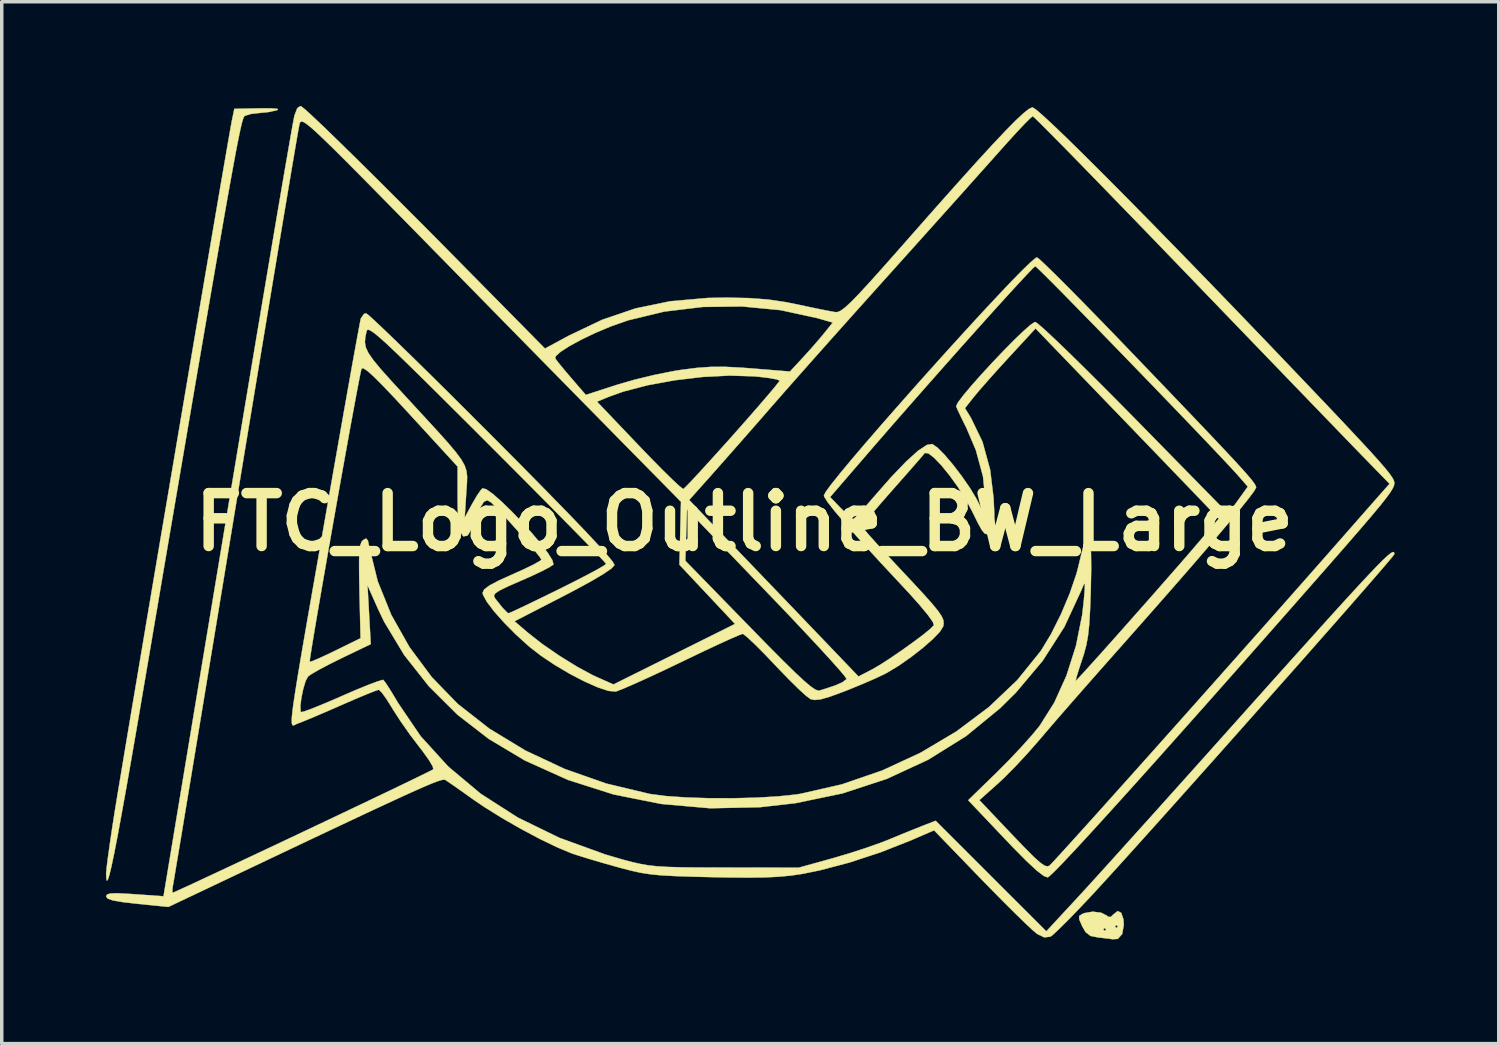
<source format=kicad_pcb>
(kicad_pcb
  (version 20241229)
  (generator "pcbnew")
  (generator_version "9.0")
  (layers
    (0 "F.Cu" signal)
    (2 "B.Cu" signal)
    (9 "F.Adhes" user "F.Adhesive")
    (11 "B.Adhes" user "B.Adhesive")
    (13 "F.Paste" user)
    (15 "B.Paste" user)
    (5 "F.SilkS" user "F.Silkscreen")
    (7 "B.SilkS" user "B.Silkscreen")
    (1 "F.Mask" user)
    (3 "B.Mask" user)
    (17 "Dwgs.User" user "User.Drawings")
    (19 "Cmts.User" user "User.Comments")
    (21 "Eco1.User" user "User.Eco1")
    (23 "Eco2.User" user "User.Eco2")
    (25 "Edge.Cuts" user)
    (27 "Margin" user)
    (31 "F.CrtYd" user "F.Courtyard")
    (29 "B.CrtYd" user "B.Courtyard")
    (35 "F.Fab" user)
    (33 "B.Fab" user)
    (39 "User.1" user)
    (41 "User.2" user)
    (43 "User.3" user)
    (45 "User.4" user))
  (footprint "FTC_Logo_Outline_BW_Large"
    (layer "F.Cu")
    (at 18.378 11.979)
    (property "Reference" "FTC_Logo_Outline_BW_Large" (at 0 0 0) (layer "F.SilkS") (effects (font (size 1.524 1.524) (thickness 0.3))))
    (attr through_hole)
    (fp_poly (pts (xy 10.85 11.25) (xy 10.912 11.437) (xy 10.922 11.595) (xy 10.876 11.858) (xy 10.75 11.999) (xy 10.598 12.008) (xy 10.484 11.991) (xy 10.271 11.967) (xy 10.202 11.96) (xy 9.964 11.913) (xy 9.82 11.801) (xy 9.778 11.726) (xy 10.329 11.726) (xy 10.372 11.769) (xy 10.414 11.726) (xy 10.372 11.684) (xy 10.329 11.726) (xy 9.778 11.726) (xy 9.73 11.642) (xy 10.668 11.642) (xy 10.71 11.684) (xy 10.753 11.642) (xy 10.71 11.599) (xy 10.668 11.642) (xy 9.73 11.642) (xy 9.724 11.631) (xy 9.639 11.437) (xy 9.638 11.339) (xy 9.732 11.279) (xy 9.793 11.255) (xy 10.029 11.215) (xy 10.271 11.245) (xy 10.443 11.333) (xy 10.465 11.36) (xy 10.545 11.367) (xy 10.621 11.295) (xy 10.747 11.197) (xy 10.85 11.25)) (stroke (width 0.01) (type solid)) (fill yes) (layer "F.SilkS"))
    (fp_poly (pts (xy -13.443 -11.897) (xy -13.43 -11.868) (xy -13.462 -11.855) (xy -13.699 -11.803) (xy -13.97 -11.776) (xy -14.205 -11.749) (xy -14.376 -11.696) (xy -14.384 -11.692) (xy -14.4 -11.675) (xy -14.419 -11.638) (xy -14.44 -11.576) (xy -14.467 -11.481) (xy -14.499 -11.346) (xy -14.538 -11.165) (xy -14.586 -10.929) (xy -14.643 -10.633) (xy -14.71 -10.27) (xy -14.79 -9.831) (xy -14.883 -9.312) (xy -14.99 -8.704) (xy -15.113 -8) (xy -15.252 -7.195) (xy -15.41 -6.28) (xy -15.587 -5.249) (xy -15.785 -4.095) (xy -16.004 -2.811) (xy -16.246 -1.39) (xy -16.513 0.175) (xy -16.805 1.891) (xy -17.123 3.765) (xy -17.232 4.403) (xy -17.442 5.636) (xy -17.627 6.709) (xy -17.788 7.629) (xy -17.927 8.401) (xy -18.043 9.033) (xy -18.14 9.532) (xy -18.218 9.903) (xy -18.278 10.155) (xy -18.323 10.293) (xy -18.352 10.325) (xy -18.368 10.256) (xy -18.373 10.121) (xy -18.36 9.963) (xy -18.323 9.669) (xy -18.267 9.269) (xy -18.197 8.794) (xy -18.116 8.276) (xy -18.113 8.262) (xy -18.062 7.945) (xy -17.986 7.489) (xy -17.889 6.907) (xy -17.773 6.212) (xy -17.64 5.417) (xy -17.491 4.535) (xy -17.33 3.578) (xy -17.159 2.561) (xy -16.979 1.495) (xy -16.793 0.394) (xy -16.602 -0.73) (xy -16.41 -1.863) (xy -16.219 -2.993) (xy -16.03 -4.106) (xy -15.846 -5.19) (xy -15.669 -6.231) (xy -15.501 -7.218) (xy -15.344 -8.136) (xy -15.201 -8.973) (xy -15.074 -9.716) (xy -14.964 -10.352) (xy -14.875 -10.868) (xy -14.808 -11.251) (xy -14.766 -11.488) (xy -14.753 -11.557) (xy -14.683 -11.896) (xy -13.966 -11.91) (xy -13.623 -11.911) (xy -13.443 -11.897)) (stroke (width 0.01) (type solid)) (fill yes) (layer "F.SilkS"))
    (fp_poly (pts (xy -12.748 -11.961) (xy -12.634 -11.869) (xy -12.411 -11.665) (xy -12.087 -11.358) (xy -11.673 -10.956) (xy -11.176 -10.469) (xy -10.607 -9.906) (xy -9.973 -9.274) (xy -9.285 -8.585) (xy -8.551 -7.845) (xy -8.056 -7.343) (xy -5.74 -4.996) (xy -5.05 -5.368) (xy -4.091 -5.825) (xy -3.133 -6.151) (xy -2.134 -6.357) (xy -1.055 -6.452) (xy -0.508 -6.462) (xy 0.136 -6.448) (xy 0.68 -6.407) (xy 1.194 -6.331) (xy 1.524 -6.265) (xy 1.913 -6.182) (xy 2.26 -6.111) (xy 2.519 -6.061) (xy 2.625 -6.043) (xy 2.694 -6.049) (xy 2.784 -6.092) (xy 2.906 -6.184) (xy 3.071 -6.337) (xy 3.292 -6.563) (xy 3.58 -6.874) (xy 3.947 -7.283) (xy 4.405 -7.8) (xy 4.741 -8.182) (xy 5.49 -9.031) (xy 6.136 -9.757) (xy 6.685 -10.367) (xy 7.143 -10.866) (xy 7.516 -11.262) (xy 7.811 -11.561) (xy 8.034 -11.768) (xy 8.19 -11.892) (xy 8.286 -11.937) (xy 8.294 -11.938) (xy 8.39 -11.878) (xy 8.596 -11.701) (xy 8.903 -11.417) (xy 9.305 -11.031) (xy 9.794 -10.55) (xy 10.363 -9.983) (xy 11.005 -9.337) (xy 11.712 -8.618) (xy 12.478 -7.834) (xy 13.295 -6.993) (xy 14.156 -6.101) (xy 15.054 -5.166) (xy 15.461 -4.74) (xy 16.167 -4) (xy 16.765 -3.372) (xy 17.263 -2.846) (xy 17.669 -2.412) (xy 17.994 -2.062) (xy 18.245 -1.784) (xy 18.432 -1.569) (xy 18.563 -1.407) (xy 18.647 -1.288) (xy 18.693 -1.203) (xy 18.711 -1.142) (xy 18.711 -1.127) (xy 18.702 -1.06) (xy 18.666 -0.973) (xy 18.593 -0.854) (xy 18.474 -0.691) (xy 18.299 -0.47) (xy 18.057 -0.18) (xy 17.739 0.192) (xy 17.334 0.659) (xy 16.832 1.233) (xy 16.502 1.609) (xy 15.439 2.817) (xy 14.438 3.952) (xy 13.504 5.008) (xy 12.639 5.981) (xy 11.85 6.866) (xy 11.139 7.658) (xy 10.511 8.353) (xy 9.971 8.946) (xy 9.522 9.433) (xy 9.169 9.808) (xy 8.916 10.067) (xy 8.767 10.205) (xy 8.731 10.228) (xy 8.616 10.185) (xy 8.415 10.03) (xy 8.12 9.756) (xy 7.727 9.359) (xy 7.509 9.13) (xy 6.443 8.007) (xy 7.272 7.2) (xy 7.625 6.845) (xy 7.974 6.475) (xy 8.279 6.133) (xy 8.502 5.862) (xy 8.504 5.859) (xy 8.921 5.197) (xy 9.273 4.417) (xy 9.546 3.56) (xy 9.725 2.67) (xy 9.773 2.244) (xy 9.797 1.94) (xy 9.802 1.788) (xy 9.784 1.77) (xy 9.738 1.87) (xy 9.701 1.962) (xy 9.212 3.017) (xy 8.588 3.992) (xy 7.818 4.907) (xy 7.367 5.354) (xy 6.385 6.159) (xy 5.294 6.839) (xy 4.104 7.391) (xy 2.826 7.81) (xy 1.469 8.092) (xy 0.446 8.208) (xy -0.985 8.238) (xy -2.393 8.114) (xy -3.763 7.841) (xy -5.077 7.422) (xy -6.318 6.863) (xy -7.357 6.243) (xy -8.263 5.542) (xy -9.083 4.726) (xy -9.794 3.825) (xy -10.37 2.868) (xy -10.547 2.498) (xy -10.849 1.82) (xy -10.802 2.667) (xy -10.755 3.514) (xy -11.597 3.918) (xy -11.951 4.094) (xy -12.257 4.256) (xy -12.475 4.383) (xy -12.561 4.445) (xy -12.632 4.579) (xy -12.7 4.807) (xy -12.754 5.068) (xy -12.782 5.303) (xy -12.772 5.452) (xy -12.762 5.47) (xy -12.674 5.452) (xy -12.461 5.375) (xy -12.15 5.249) (xy -11.769 5.088) (xy -11.589 5.008) (xy -11.185 4.833) (xy -10.835 4.69) (xy -10.57 4.59) (xy -10.418 4.544) (xy -10.394 4.543) (xy -10.326 4.629) (xy -10.198 4.826) (xy -10.035 5.095) (xy -9.98 5.19) (xy -9.321 6.161) (xy -8.523 7.039) (xy -7.589 7.821) (xy -6.522 8.505) (xy -5.327 9.088) (xy -4.005 9.568) (xy -3.491 9.718) (xy -3.227 9.788) (xy -2.994 9.841) (xy -2.764 9.881) (xy -2.509 9.909) (xy -2.202 9.927) (xy -1.814 9.938) (xy -1.317 9.943) (xy -0.684 9.945) (xy -0.55 9.945) (xy 1.566 9.948) (xy 2.544 9.677) (xy 3.008 9.54) (xy 3.487 9.385) (xy 3.915 9.234) (xy 4.152 9.142) (xy 4.509 8.994) (xy 4.858 8.853) (xy 5.128 8.745) (xy 5.145 8.738) (xy 5.506 8.598) (xy 7.099 10.19) (xy 8.692 11.781) (xy 9.58 10.822) (xy 9.815 10.567) (xy 10.147 10.202) (xy 10.561 9.745) (xy 11.043 9.21) (xy 11.578 8.617) (xy 12.15 7.98) (xy 12.745 7.317) (xy 13.347 6.645) (xy 13.421 6.562) (xy 14.314 5.564) (xy 15.1 4.685) (xy 15.787 3.919) (xy 16.382 3.258) (xy 16.89 2.694) (xy 17.319 2.222) (xy 17.676 1.834) (xy 17.966 1.522) (xy 18.197 1.28) (xy 18.375 1.1) (xy 18.507 0.976) (xy 18.6 0.9) (xy 18.66 0.865) (xy 18.694 0.865) (xy 18.709 0.891) (xy 18.711 0.921) (xy 18.657 0.995) (xy 18.499 1.184) (xy 18.249 1.475) (xy 17.917 1.858) (xy 17.514 2.32) (xy 17.049 2.85) (xy 16.532 3.436) (xy 15.976 4.067) (xy 15.388 4.73) (xy 14.781 5.415) (xy 14.164 6.11) (xy 13.548 6.803) (xy 12.942 7.482) (xy 12.358 8.136) (xy 11.805 8.753) (xy 11.294 9.321) (xy 10.836 9.829) (xy 10.439 10.266) (xy 10.116 10.618) (xy 9.932 10.817) (xy 9.599 11.168) (xy 9.297 11.479) (xy 9.048 11.725) (xy 8.876 11.885) (xy 8.813 11.934) (xy 8.634 11.955) (xy 8.433 11.859) (xy 8.308 11.755) (xy 8.086 11.548) (xy 7.788 11.258) (xy 7.433 10.904) (xy 7.041 10.506) (xy 6.83 10.29) (xy 5.461 8.873) (xy 4.77 9.172) (xy 3.915 9.508) (xy 3.026 9.8) (xy 2.167 10.026) (xy 1.67 10.127) (xy 1.339 10.176) (xy 0.987 10.209) (xy 0.581 10.229) (xy 0.088 10.235) (xy -0.523 10.229) (xy -0.931 10.221) (xy -1.547 10.206) (xy -2.028 10.189) (xy -2.405 10.168) (xy -2.715 10.137) (xy -2.989 10.094) (xy -3.261 10.034) (xy -3.565 9.955) (xy -3.683 9.922) (xy -4.099 9.805) (xy -4.493 9.688) (xy -4.813 9.589) (xy -4.974 9.535) (xy -5.387 9.363) (xy -5.892 9.119) (xy -6.442 8.826) (xy -6.991 8.51) (xy -7.493 8.197) (xy -7.777 8.004) (xy -8.089 7.782) (xy -8.355 7.595) (xy -8.543 7.466) (xy -8.61 7.421) (xy -8.647 7.414) (xy -8.712 7.424) (xy -8.819 7.456) (xy -8.976 7.515) (xy -9.195 7.607) (xy -9.486 7.735) (xy -9.86 7.905) (xy -10.328 8.121) (xy -10.901 8.388) (xy -11.589 8.712) (xy -12.403 9.096) (xy -13.353 9.546) (xy -13.9 9.806) (xy -16.582 11.078) (xy -17.477 10.988) (xy -17.899 10.939) (xy -18.174 10.892) (xy -18.325 10.84) (xy -18.373 10.779) (xy -18.373 10.776) (xy -18.347 10.721) (xy -18.25 10.691) (xy -18.055 10.685) (xy -17.732 10.701) (xy -17.547 10.713) (xy -16.721 10.772) (xy -16.7 10.644) (xy -16.469 10.644) (xy -16.45 10.668) (xy -16.367 10.633) (xy -16.146 10.532) (xy -15.802 10.373) (xy -15.35 10.162) (xy -14.805 9.907) (xy -14.181 9.614) (xy -13.495 9.291) (xy -12.76 8.944) (xy -12.712 8.921) (xy -11.973 8.571) (xy -11.281 8.242) (xy -10.651 7.942) (xy -10.097 7.677) (xy -9.636 7.455) (xy -9.281 7.282) (xy -9.049 7.168) (xy -8.954 7.117) (xy -8.953 7.117) (xy -8.973 7.03) (xy -9.082 6.847) (xy -9.259 6.599) (xy -9.358 6.472) (xy -9.624 6.121) (xy -9.894 5.737) (xy -10.115 5.395) (xy -10.138 5.355) (xy -10.3 5.097) (xy -10.436 4.908) (xy -10.52 4.827) (xy -10.525 4.826) (xy -10.627 4.859) (xy -10.852 4.948) (xy -11.169 5.08) (xy -11.547 5.244) (xy -11.629 5.28) (xy -12.029 5.455) (xy -12.387 5.608) (xy -12.668 5.725) (xy -12.835 5.79) (xy -12.848 5.794) (xy -12.895 5.814) (xy -12.938 5.837) (xy -12.974 5.852) (xy -13.003 5.85) (xy -13.022 5.82) (xy -13.031 5.754) (xy -13.028 5.64) (xy -13.012 5.469) (xy -12.981 5.231) (xy -12.934 4.917) (xy -12.87 4.515) (xy -12.787 4.021) (xy -12.514 4.021) (xy -12.514 4.024) (xy -12.432 4.001) (xy -12.233 3.916) (xy -11.952 3.786) (xy -11.769 3.697) (xy -11.049 3.344) (xy -11.081 1.987) (xy -11.09 1.466) (xy -11.091 1.089) (xy -11.08 0.83) (xy -11.057 0.664) (xy -11.019 0.566) (xy -10.98 0.521) (xy -10.891 0.471) (xy -10.837 0.532) (xy -10.794 0.733) (xy -10.794 0.735) (xy -10.554 1.706) (xy -10.164 2.672) (xy -9.64 3.6) (xy -9 4.461) (xy -8.262 5.223) (xy -8.249 5.235) (xy -7.34 5.947) (xy -6.305 6.575) (xy -5.173 7.106) (xy -3.974 7.527) (xy -2.734 7.823) (xy -2.709 7.828) (xy -2.257 7.887) (xy -1.681 7.927) (xy -1.026 7.948) (xy -0.338 7.95) (xy 0.339 7.933) (xy 0.959 7.897) (xy 1.479 7.843) (xy 1.615 7.822) (xy 2.807 7.55) (xy 3.967 7.151) (xy 5.073 6.639) (xy 6.104 6.026) (xy 7.038 5.326) (xy 7.854 4.551) (xy 8.53 3.714) (xy 8.543 3.695) (xy 8.829 3.222) (xy 9.114 2.652) (xy 9.366 2.054) (xy 9.557 1.496) (xy 9.606 1.312) (xy 9.701 0.914) (xy 9.768 0.656) (xy 9.816 0.512) (xy 9.855 0.457) (xy 9.894 0.465) (xy 9.926 0.494) (xy 9.96 0.618) (xy 9.979 0.903) (xy 9.984 1.34) (xy 9.973 1.92) (xy 9.972 1.963) (xy 9.952 2.516) (xy 9.928 2.937) (xy 9.893 3.266) (xy 9.844 3.539) (xy 9.775 3.795) (xy 9.722 3.958) (xy 9.626 4.248) (xy 9.56 4.465) (xy 9.536 4.568) (xy 9.537 4.572) (xy 9.599 4.511) (xy 9.757 4.341) (xy 9.993 4.08) (xy 10.294 3.746) (xy 10.642 3.356) (xy 11.021 2.929) (xy 11.415 2.484) (xy 11.809 2.037) (xy 12.186 1.607) (xy 12.531 1.213) (xy 12.827 0.872) (xy 12.945 0.734) (xy 13.656 -0.097) (xy 13.236 -0.535) (xy 13.081 -0.697) (xy 12.825 -0.964) (xy 12.483 -1.318) (xy 12.073 -1.745) (xy 11.61 -2.225) (xy 11.111 -2.743) (xy 10.599 -3.274) (xy 8.382 -5.574) (xy 7.626 -4.755) (xy 7.315 -4.415) (xy 7.021 -4.086) (xy 6.776 -3.807) (xy 6.614 -3.613) (xy 6.61 -3.608) (xy 6.35 -3.279) (xy 6.518 -3.007) (xy 6.854 -2.314) (xy 7.075 -1.507) (xy 7.174 -0.69) (xy 7.193 -0.289) (xy 7.196 -0.022) (xy 7.178 0.144) (xy 7.136 0.243) (xy 7.067 0.309) (xy 6.989 0.35) (xy 6.918 0.331) (xy 6.834 0.227) (xy 6.717 0.016) (xy 6.553 -0.317) (xy 6.368 -0.661) (xy 6.146 -1.011) (xy 5.907 -1.343) (xy 5.673 -1.631) (xy 5.462 -1.852) (xy 5.296 -1.98) (xy 5.195 -1.99) (xy 5.189 -1.983) (xy 5.112 -1.89) (xy 4.943 -1.696) (xy 4.705 -1.423) (xy 4.417 -1.097) (xy 4.255 -0.913) (xy 3.956 -0.572) (xy 3.701 -0.276) (xy 3.511 -0.046) (xy 3.403 0.094) (xy 3.387 0.124) (xy 3.442 0.202) (xy 3.595 0.381) (xy 3.828 0.641) (xy 4.121 0.96) (xy 4.397 1.256) (xy 4.835 1.723) (xy 5.17 2.085) (xy 5.413 2.359) (xy 5.579 2.562) (xy 5.679 2.711) (xy 5.728 2.824) (xy 5.738 2.918) (xy 5.723 3.004) (xy 5.628 3.157) (xy 5.421 3.372) (xy 5.134 3.624) (xy 4.8 3.884) (xy 4.451 4.129) (xy 4.119 4.33) (xy 4.029 4.378) (xy 3.755 4.507) (xy 3.387 4.666) (xy 2.99 4.829) (xy 2.849 4.884) (xy 2.462 5.026) (xy 2.195 5.103) (xy 2.016 5.121) (xy 1.904 5.095) (xy 1.781 5.004) (xy 1.571 4.814) (xy 1.3 4.548) (xy 0.993 4.232) (xy 0.882 4.114) (xy 0.578 3.795) (xy 0.31 3.526) (xy 0.101 3.33) (xy -0.026 3.227) (xy -0.049 3.217) (xy -0.15 3.253) (xy -0.379 3.352) (xy -0.714 3.504) (xy -1.131 3.699) (xy -1.606 3.926) (xy -1.811 4.025) (xy -2.313 4.265) (xy -2.777 4.481) (xy -3.175 4.661) (xy -3.482 4.794) (xy -3.673 4.868) (xy -3.708 4.878) (xy -3.914 4.859) (xy -4.224 4.756) (xy -4.605 4.587) (xy -5.026 4.368) (xy -5.453 4.116) (xy -5.855 3.847) (xy -6.199 3.58) (xy -6.199 3.579) (xy -6.576 3.238) (xy -6.918 2.893) (xy -7.205 2.57) (xy -7.414 2.294) (xy -7.524 2.091) (xy -7.535 2.033) (xy -7.49 1.939) (xy -7.341 1.827) (xy -7.069 1.683) (xy -6.689 1.511) (xy -6.346 1.357) (xy -6.07 1.223) (xy -5.892 1.123) (xy -5.842 1.08) (xy -5.895 0.997) (xy -6.037 0.82) (xy -6.243 0.577) (xy -6.484 0.3) (xy -6.737 0.017) (xy -6.974 -0.243) (xy -7.17 -0.449) (xy -7.297 -0.571) (xy -7.299 -0.573) (xy -7.404 -0.628) (xy -7.498 -0.586) (xy -7.598 -0.425) (xy -7.723 -0.126) (xy -7.748 -0.061) (xy -7.849 0.181) (xy -7.941 0.35) (xy -7.979 0.393) (xy -8.092 0.411) (xy -8.173 0.297) (xy -8.225 0.042) (xy -8.251 -0.366) (xy -8.255 -0.677) (xy -8.255 -1.598) (xy -9.61 -3.075) (xy -10.06 -3.562) (xy -10.411 -3.931) (xy -10.671 -4.191) (xy -10.853 -4.353) (xy -10.965 -4.426) (xy -11.018 -4.42) (xy -11.022 -4.413) (xy -11.048 -4.305) (xy -11.098 -4.052) (xy -11.17 -3.673) (xy -11.26 -3.188) (xy -11.365 -2.617) (xy -11.48 -1.977) (xy -11.604 -1.29) (xy -11.731 -0.573) (xy -11.86 0.154) (xy -11.986 0.872) (xy -12.106 1.561) (xy -12.217 2.202) (xy -12.316 2.777) (xy -12.398 3.265) (xy -12.461 3.648) (xy -12.501 3.906) (xy -12.514 4.021) (xy -12.787 4.021) (xy -12.787 4.016) (xy -12.683 3.41) (xy -12.558 2.688) (xy -12.409 1.838) (xy -12.236 0.852) (xy -12.038 -0.281) (xy -11.812 -1.57) (xy -11.805 -1.609) (xy -11.661 -2.425) (xy -11.526 -3.193) (xy -11.401 -3.896) (xy -11.29 -4.518) (xy -11.195 -5.042) (xy -11.171 -5.175) (xy -10.924 -5.175) (xy -10.899 -5.031) (xy -10.824 -4.869) (xy -10.686 -4.669) (xy -10.473 -4.411) (xy -10.171 -4.073) (xy -9.769 -3.635) (xy -9.704 -3.564) (xy -9.213 -3.031) (xy -8.823 -2.607) (xy -8.523 -2.272) (xy -8.302 -2.009) (xy -8.149 -1.801) (xy -8.052 -1.628) (xy -8 -1.473) (xy -7.981 -1.318) (xy -7.985 -1.144) (xy -8 -0.935) (xy -8.005 -0.857) (xy -8.051 -0.127) (xy -7.837 -0.523) (xy -7.701 -0.757) (xy -7.585 -0.924) (xy -7.539 -0.972) (xy -7.432 -0.946) (xy -7.243 -0.812) (xy -6.995 -0.595) (xy -6.71 -0.319) (xy -6.411 -0.008) (xy -6.12 0.314) (xy -5.861 0.621) (xy -5.656 0.89) (xy -5.527 1.097) (xy -5.496 1.217) (xy -5.501 1.225) (xy -5.61 1.298) (xy -5.84 1.418) (xy -6.154 1.566) (xy -6.435 1.689) (xy -6.808 1.852) (xy -7.047 1.969) (xy -7.173 2.053) (xy -7.21 2.122) (xy -7.181 2.19) (xy -7.181 2.19) (xy -6.964 2.464) (xy -6.825 2.606) (xy -6.787 2.625) (xy -6.7 2.589) (xy -6.487 2.49) (xy -6.171 2.339) (xy -5.778 2.149) (xy -5.361 1.945) (xy -4.921 1.725) (xy -4.539 1.528) (xy -4.238 1.367) (xy -4.044 1.254) (xy -3.979 1.203) (xy -4.038 1.134) (xy -4.205 0.956) (xy -4.471 0.68) (xy -4.826 0.317) (xy -5.258 -0.122) (xy -5.756 -0.627) (xy -6.311 -1.186) (xy -6.912 -1.789) (xy -7.403 -2.281) (xy -8.133 -3.01) (xy -8.753 -3.627) (xy -9.271 -4.14) (xy -9.698 -4.559) (xy -10.041 -4.89) (xy -10.31 -5.144) (xy -10.515 -5.327) (xy -10.663 -5.448) (xy -10.765 -5.516) (xy -10.828 -5.539) (xy -10.863 -5.525) (xy -10.875 -5.497) (xy -10.912 -5.324) (xy -10.924 -5.175) (xy -11.171 -5.175) (xy -11.12 -5.451) (xy -11.068 -5.729) (xy -11.042 -5.858) (xy -11.04 -5.863) (xy -10.953 -5.989) (xy -10.891 -6.011) (xy -10.814 -5.953) (xy -10.629 -5.785) (xy -10.346 -5.517) (xy -9.976 -5.161) (xy -9.53 -4.726) (xy -9.018 -4.223) (xy -8.452 -3.663) (xy -7.843 -3.055) (xy -7.249 -2.461) (xy -6.409 -1.616) (xy -5.689 -0.885) (xy -5.086 -0.267) (xy -4.597 0.242) (xy -4.221 0.644) (xy -3.954 0.941) (xy -3.794 1.137) (xy -3.739 1.234) (xy -3.739 1.238) (xy -3.829 1.337) (xy -4.066 1.5) (xy -4.445 1.722) (xy -4.959 2) (xy -5.192 2.121) (xy -6.616 2.855) (xy -6.25 3.169) (xy -5.83 3.5) (xy -5.335 3.842) (xy -4.827 4.157) (xy -4.365 4.407) (xy -4.241 4.464) (xy -3.768 4.674) (xy -0.269 2.932) (xy -1.069 2.08) (xy -1.869 1.228) (xy -1.867 1.112) (xy -1.7 1.112) (xy 0.145 3.006) (xy 0.681 3.554) (xy 1.114 3.99) (xy 1.454 4.324) (xy 1.714 4.566) (xy 1.905 4.728) (xy 2.039 4.82) (xy 2.128 4.853) (xy 2.159 4.851) (xy 2.356 4.79) (xy 2.603 4.707) (xy 2.62 4.701) (xy 2.82 4.613) (xy 2.934 4.526) (xy 2.94 4.514) (xy 2.89 4.436) (xy 2.734 4.25) (xy 2.484 3.97) (xy 2.154 3.609) (xy 1.755 3.182) (xy 1.301 2.7) (xy 0.803 2.179) (xy 0.659 2.03) (xy -1.651 -0.368) (xy -1.676 0.372) (xy -1.7 1.112) (xy -1.867 1.112) (xy -1.825 -0.586) (xy -1.875 -0.636) (xy -1.589 -0.636) (xy -0.054 0.962) (xy 0.423 1.458) (xy 0.919 1.975) (xy 1.404 2.48) (xy 1.848 2.944) (xy 2.221 3.333) (xy 2.383 3.502) (xy 3.285 4.445) (xy 3.678 4.241) (xy 3.909 4.107) (xy 4.206 3.915) (xy 4.534 3.691) (xy 4.858 3.459) (xy 5.144 3.245) (xy 5.355 3.072) (xy 5.458 2.968) (xy 5.424 2.872) (xy 5.284 2.675) (xy 5.051 2.394) (xy 4.74 2.045) (xy 4.6 1.895) (xy 3.922 1.168) (xy 3.364 0.558) (xy 2.923 0.064) (xy 2.599 -0.316) (xy 2.39 -0.583) (xy 2.307 -0.72) (xy 2.468 -0.72) (xy 2.775 -0.402) (xy 2.957 -0.223) (xy 3.09 -0.108) (xy 3.131 -0.085) (xy 3.203 -0.145) (xy 3.357 -0.307) (xy 3.568 -0.542) (xy 3.703 -0.699) (xy 4.224 -1.292) (xy 4.657 -1.743) (xy 5 -2.053) (xy 5.253 -2.22) (xy 5.408 -2.247) (xy 5.555 -2.146) (xy 5.764 -1.936) (xy 6.008 -1.649) (xy 6.259 -1.321) (xy 6.492 -0.984) (xy 6.679 -0.674) (xy 6.742 -0.55) (xy 6.941 -0.127) (xy 6.941 -0.593) (xy 6.869 -1.315) (xy 6.664 -2.071) (xy 6.393 -2.708) (xy 6.253 -2.991) (xy 6.148 -3.211) (xy 6.098 -3.329) (xy 6.096 -3.338) (xy 6.153 -3.45) (xy 6.308 -3.655) (xy 6.538 -3.929) (xy 6.822 -4.249) (xy 7.136 -4.59) (xy 7.457 -4.927) (xy 7.762 -5.237) (xy 8.03 -5.495) (xy 8.237 -5.677) (xy 8.361 -5.759) (xy 8.372 -5.761) (xy 8.458 -5.703) (xy 8.649 -5.536) (xy 8.933 -5.271) (xy 9.298 -4.921) (xy 9.731 -4.497) (xy 10.219 -4.012) (xy 10.751 -3.477) (xy 11.22 -3.002) (xy 13.93 -0.239) (xy 14.211 -0.63) (xy 14.492 -1.02) (xy 14.217 -1.336) (xy 14.057 -1.512) (xy 13.807 -1.78) (xy 13.479 -2.128) (xy 13.087 -2.539) (xy 12.644 -3.002) (xy 12.165 -3.5) (xy 11.663 -4.021) (xy 11.152 -4.549) (xy 10.646 -5.071) (xy 10.158 -5.573) (xy 9.701 -6.04) (xy 9.291 -6.459) (xy 8.94 -6.815) (xy 8.662 -7.093) (xy 8.47 -7.281) (xy 8.38 -7.363) (xy 8.375 -7.366) (xy 8.304 -7.305) (xy 8.135 -7.129) (xy 7.879 -6.854) (xy 7.548 -6.493) (xy 7.155 -6.059) (xy 6.713 -5.567) (xy 6.233 -5.03) (xy 5.728 -4.461) (xy 5.211 -3.876) (xy 4.693 -3.287) (xy 4.187 -2.709) (xy 3.705 -2.154) (xy 3.49 -1.905) (xy 2.468 -0.72) (xy 2.307 -0.72) (xy 2.295 -0.74) (xy 2.289 -0.767) (xy 2.343 -0.871) (xy 2.5 -1.085) (xy 2.746 -1.392) (xy 3.069 -1.781) (xy 3.455 -2.235) (xy 3.892 -2.74) (xy 4.368 -3.283) (xy 4.868 -3.849) (xy 5.381 -4.423) (xy 5.893 -4.992) (xy 6.392 -5.54) (xy 6.864 -6.054) (xy 7.298 -6.518) (xy 7.679 -6.92) (xy 7.996 -7.244) (xy 8.235 -7.476) (xy 8.384 -7.601) (xy 8.422 -7.62) (xy 8.5 -7.561) (xy 8.681 -7.391) (xy 8.955 -7.124) (xy 9.307 -6.772) (xy 9.727 -6.347) (xy 10.201 -5.862) (xy 10.717 -5.329) (xy 11.058 -4.974) (xy 11.811 -4.189) (xy 12.455 -3.517) (xy 12.998 -2.948) (xy 13.449 -2.474) (xy 13.816 -2.085) (xy 14.107 -1.774) (xy 14.33 -1.529) (xy 14.495 -1.343) (xy 14.609 -1.207) (xy 14.681 -1.11) (xy 14.719 -1.045) (xy 14.732 -1.002) (xy 14.732 -0.996) (xy 14.676 -0.894) (xy 14.51 -0.672) (xy 14.241 -0.337) (xy 13.872 0.105) (xy 13.41 0.649) (xy 12.858 1.289) (xy 12.222 2.018) (xy 11.507 2.83) (xy 10.719 3.721) (xy 10.715 3.725) (xy 10.26 4.239) (xy 9.807 4.753) (xy 9.379 5.241) (xy 8.998 5.679) (xy 8.686 6.041) (xy 8.474 6.29) (xy 8.154 6.655) (xy 7.803 7.032) (xy 7.473 7.365) (xy 7.308 7.519) (xy 6.765 8.004) (xy 7.71 9) (xy 8.069 9.374) (xy 8.332 9.638) (xy 8.518 9.805) (xy 8.645 9.892) (xy 8.73 9.912) (xy 8.786 9.887) (xy 8.866 9.805) (xy 9.048 9.608) (xy 9.32 9.309) (xy 9.673 8.919) (xy 10.095 8.451) (xy 10.575 7.916) (xy 11.103 7.327) (xy 11.668 6.695) (xy 11.976 6.35) (xy 12.62 5.628) (xy 13.283 4.883) (xy 13.947 4.136) (xy 14.593 3.409) (xy 15.202 2.722) (xy 15.755 2.097) (xy 16.234 1.555) (xy 16.62 1.117) (xy 16.634 1.101) (xy 17.055 0.622) (xy 17.446 0.178) (xy 17.791 -0.216) (xy 18.075 -0.539) (xy 18.282 -0.774) (xy 18.396 -0.902) (xy 18.403 -0.911) (xy 18.573 -1.102) (xy 17.729 -1.969) (xy 17.528 -2.176) (xy 17.222 -2.493) (xy 16.822 -2.907) (xy 16.34 -3.406) (xy 15.788 -3.978) (xy 15.178 -4.611) (xy 14.521 -5.292) (xy 13.829 -6.01) (xy 13.115 -6.751) (xy 12.625 -7.26) (xy 11.928 -7.983) (xy 11.265 -8.669) (xy 10.644 -9.309) (xy 10.077 -9.893) (xy 9.571 -10.412) (xy 9.137 -10.855) (xy 8.783 -11.213) (xy 8.52 -11.477) (xy 8.356 -11.637) (xy 8.302 -11.684) (xy 8.227 -11.624) (xy 8.061 -11.458) (xy 7.825 -11.207) (xy 7.54 -10.894) (xy 7.358 -10.69) (xy 7.098 -10.398) (xy 6.744 -10.002) (xy 6.315 -9.521) (xy 5.829 -8.979) (xy 5.305 -8.395) (xy 4.763 -7.791) (xy 4.221 -7.188) (xy 4.191 -7.155) (xy 3.639 -6.54) (xy 3.076 -5.912) (xy 2.523 -5.293) (xy 2.002 -4.707) (xy 1.533 -4.178) (xy 1.136 -3.728) (xy 0.837 -3.387) (xy 0.443 -2.935) (xy 0.031 -2.464) (xy -0.366 -2.013) (xy -0.711 -1.622) (xy -0.91 -1.397) (xy -1.589 -0.636) (xy -1.875 -0.636) (xy -3.602 -2.388) (xy -3.997 -2.79) (xy -4.493 -3.294) (xy -4.662 -3.466) (xy -4.241 -3.466) (xy -3.033 -2.198) (xy -2.668 -1.819) (xy -2.341 -1.487) (xy -2.069 -1.221) (xy -1.872 -1.038) (xy -1.766 -0.955) (xy -1.756 -0.953) (xy -1.683 -1.02) (xy -1.513 -1.196) (xy -1.265 -1.464) (xy -0.953 -1.806) (xy -0.595 -2.203) (xy -0.335 -2.493) (xy 0.042 -2.92) (xy 0.379 -3.305) (xy 0.66 -3.631) (xy 0.869 -3.879) (xy 0.991 -4.032) (xy 1.016 -4.072) (xy 0.938 -4.106) (xy 0.729 -4.145) (xy 0.428 -4.182) (xy 0.275 -4.196) (xy -0.43 -4.217) (xy -1.21 -4.177) (xy -2.014 -4.081) (xy -2.791 -3.938) (xy -3.49 -3.755) (xy -3.921 -3.6) (xy -4.241 -3.466) (xy -4.662 -3.466) (xy -5.072 -3.883) (xy -5.717 -4.539) (xy -5.888 -4.713) (xy -5.446 -4.713) (xy -5.364 -4.603) (xy -5.204 -4.407) (xy -4.999 -4.164) (xy -4.976 -4.138) (xy -4.564 -3.661) (xy -3.663 -3.953) (xy -3.163 -4.098) (xy -2.592 -4.236) (xy -2.043 -4.346) (xy -1.832 -4.38) (xy -1.37 -4.439) (xy -0.967 -4.468) (xy -0.558 -4.47) (xy -0.079 -4.445) (xy 0.205 -4.424) (xy 1.312 -4.334) (xy 1.678 -4.728) (xy 1.924 -5) (xy 2.166 -5.279) (xy 2.294 -5.433) (xy 2.544 -5.744) (xy 2.097 -5.872) (xy 1.042 -6.101) (xy -0.069 -6.207) (xy -1.197 -6.193) (xy -2.302 -6.06) (xy -3.343 -5.809) (xy -3.853 -5.63) (xy -4.296 -5.443) (xy -4.7 -5.249) (xy -5.041 -5.063) (xy -5.293 -4.9) (xy -5.431 -4.774) (xy -5.446 -4.713) (xy -5.888 -4.713) (xy -6.409 -5.243) (xy -7.131 -5.979) (xy -7.866 -6.728) (xy -8.595 -7.471) (xy -9.06 -7.945) (xy -9.812 -8.711) (xy -10.454 -9.364) (xy -10.995 -9.913) (xy -11.444 -10.365) (xy -11.81 -10.73) (xy -12.102 -11.014) (xy -12.328 -11.228) (xy -12.498 -11.378) (xy -12.62 -11.473) (xy -12.702 -11.522) (xy -12.755 -11.532) (xy -12.786 -11.512) (xy -12.804 -11.471) (xy -12.807 -11.458) (xy -12.829 -11.346) (xy -12.876 -11.078) (xy -12.947 -10.662) (xy -13.041 -10.109) (xy -13.155 -9.43) (xy -13.289 -8.635) (xy -13.439 -7.733) (xy -13.605 -6.735) (xy -13.785 -5.652) (xy -13.977 -4.492) (xy -14.18 -3.266) (xy -14.392 -1.985) (xy -14.61 -0.659) (xy -14.649 -0.423) (xy -14.868 0.908) (xy -15.08 2.195) (xy -15.283 3.426) (xy -15.476 4.593) (xy -15.656 5.685) (xy -15.822 6.691) (xy -15.973 7.602) (xy -16.107 8.409) (xy -16.221 9.1) (xy -16.316 9.666) (xy -16.388 10.097) (xy -16.436 10.383) (xy -16.459 10.513) (xy -16.46 10.52) (xy -16.469 10.644) (xy -16.7 10.644) (xy -14.881 -0.308) (xy -14.656 -1.661) (xy -14.438 -2.971) (xy -14.228 -4.228) (xy -14.028 -5.423) (xy -13.839 -6.544) (xy -13.664 -7.583) (xy -13.504 -8.529) (xy -13.361 -9.371) (xy -13.236 -10.101) (xy -13.131 -10.707) (xy -13.049 -11.179) (xy -12.99 -11.508) (xy -12.956 -11.684) (xy -12.951 -11.707) (xy -12.87 -11.916) (xy -12.783 -11.974) (xy -12.748 -11.961)) (stroke (width 0.01) (type solid)) (fill yes) (layer "F.SilkS")))
  (gr_rect
    (start -3 -3)
    (end 40.094 26.992)
    (stroke (width 0.1) (type default))
    (fill no)
    (layer "Edge.Cuts")))
</source>
